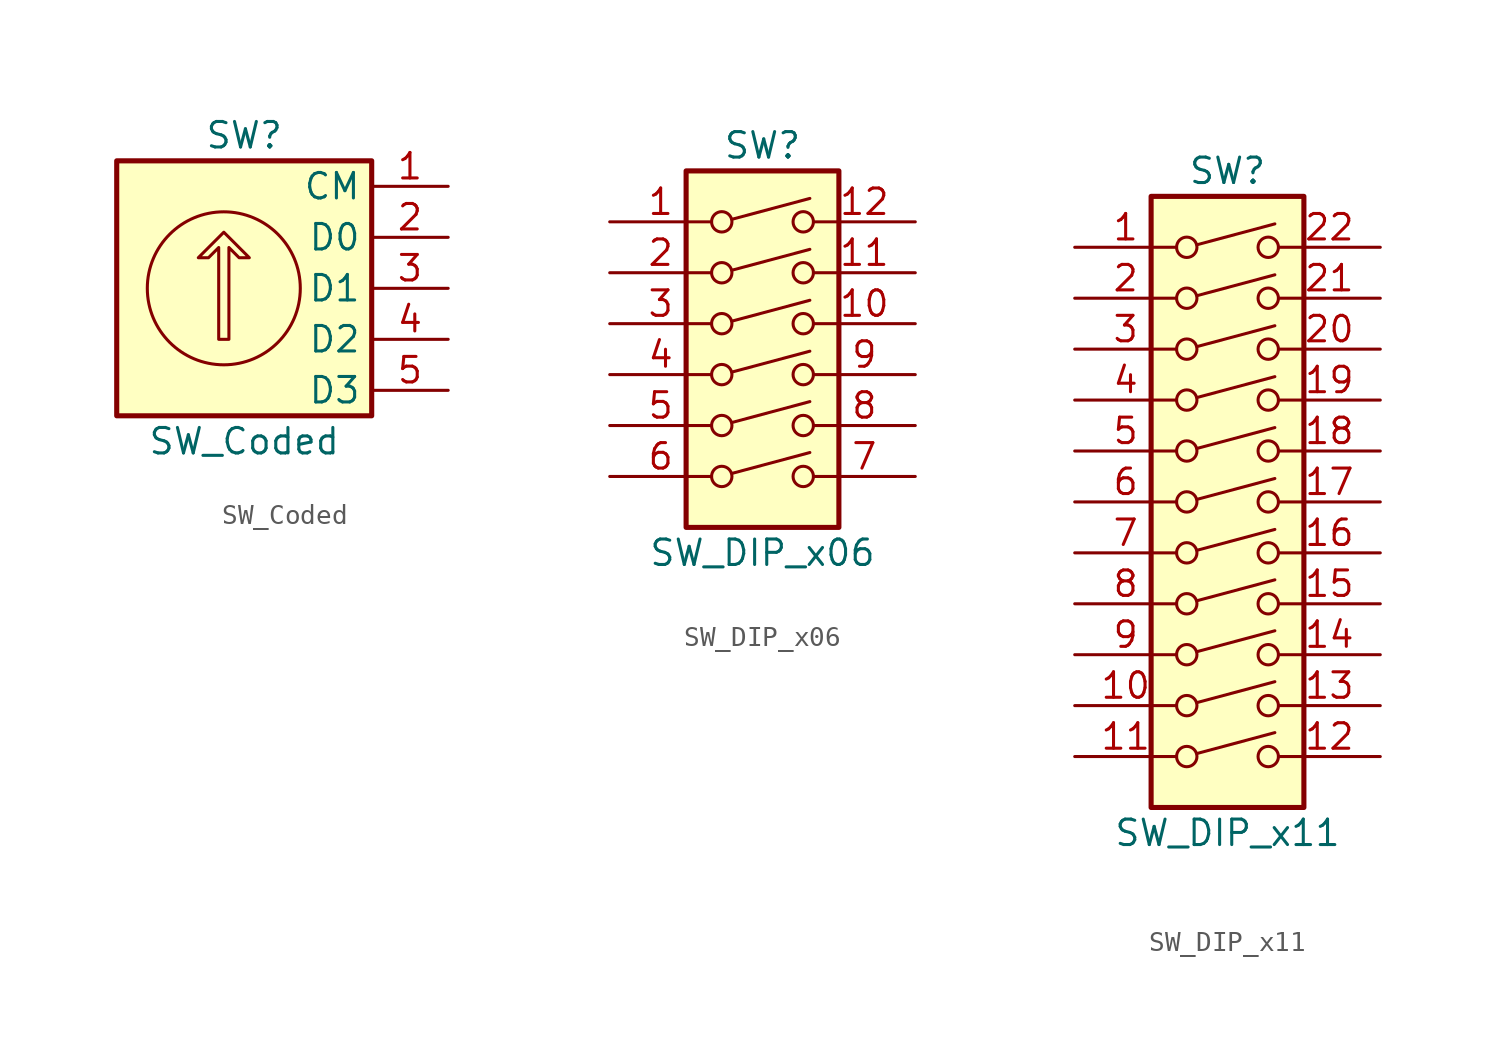
<source format=kicad_sym>
(kicad_symbol_lib
  (version 20231120)
  (generator "kicad_symbol_editor")
  (generator_version "8.0")
  (symbol "SW_Coded"
    (property "Reference" "SW"
      (at 0 7.62 0)
      (effects (font (size 1.27 1.27))))
    (property "Value" "SW_Coded"
      (at 0 -7.62 0)
      (effects (font (size 1.27 1.27))))
    (symbol "SW_Coded_0_1"
      (rectangle (start -6.35 6.35) (end 6.35 -6.35) (stroke (width 0.254) (type default)) (fill (type background)))
      (circle (center -1.016 0) (radius 3.81) (stroke (width 0) (type default)) (fill (type none)))
      (polyline (pts (xy -1.27 -2.54) (xy -1.27 2.032) (xy -1.778 1.524) (xy -2.286 1.524) (xy -1.016 2.794) (xy 0.254 1.524) (xy -0.254 1.524) (xy -0.762 2.032) (xy -0.762 -2.54) (xy -1.27 -2.54) (xy -1.27 -2.54)) (stroke (width 0) (type default)) (fill (type none))))
    (symbol "SW_Coded_1_1"
      (pin passive line (at 10.16 5.08 180) (length 3.81) (name "CM" (effects (font (size 1.27 1.27)))) (number "1" (effects (font (size 1.27 1.27)))))
      (pin passive line (at 10.16 2.54 180) (length 3.81) (name "D0" (effects (font (size 1.27 1.27)))) (number "2" (effects (font (size 1.27 1.27)))))
      (pin passive line (at 10.16 0 180) (length 3.81) (name "D1" (effects (font (size 1.27 1.27)))) (number "3" (effects (font (size 1.27 1.27)))))
      (pin passive line (at 10.16 -2.54 180) (length 3.81) (name "D2" (effects (font (size 1.27 1.27)))) (number "4" (effects (font (size 1.27 1.27)))))
      (pin passive line (at 10.16 -5.08 180) (length 3.81) (name "D3" (effects (font (size 1.27 1.27)))) (number "5" (effects (font (size 1.27 1.27)))))))
  (symbol "SW_DIP_x06"
    (pin_names
      (offset 0) hide)
    (property "Reference" "SW"
      (at 0 11.43 0)
      (effects (font (size 1.27 1.27))))
    (property "Value" "SW_DIP_x06"
      (at 0 -8.89 0)
      (effects (font (size 1.27 1.27))))
    (symbol "SW_DIP_x06_0_0"
      (circle (center -2.032 -5.08) (radius 0.508) (stroke (width 0) (type default)) (fill (type none)))
      (circle (center -2.032 -2.54) (radius 0.508) (stroke (width 0) (type default)) (fill (type none)))
      (circle (center -2.032 0) (radius 0.508) (stroke (width 0) (type default)) (fill (type none)))
      (circle (center -2.032 2.54) (radius 0.508) (stroke (width 0) (type default)) (fill (type none)))
      (circle (center -2.032 5.08) (radius 0.508) (stroke (width 0) (type default)) (fill (type none)))
      (circle (center -2.032 7.62) (radius 0.508) (stroke (width 0) (type default)) (fill (type none)))
      (polyline (pts (xy -1.524 -4.928) (xy 2.362 -3.886)) (stroke (width 0) (type default)) (fill (type none)))
      (polyline (pts (xy -1.524 -2.388) (xy 2.362 -1.346)) (stroke (width 0) (type default)) (fill (type none)))
      (polyline (pts (xy -1.524 0.127) (xy 2.362 1.168)) (stroke (width 0) (type default)) (fill (type none)))
      (polyline (pts (xy -1.524 2.667) (xy 2.362 3.708)) (stroke (width 0) (type default)) (fill (type none)))
      (polyline (pts (xy -1.524 5.207) (xy 2.362 6.248)) (stroke (width 0) (type default)) (fill (type none)))
      (polyline (pts (xy -1.524 7.747) (xy 2.362 8.788)) (stroke (width 0) (type default)) (fill (type none)))
      (circle (center 2.032 -5.08) (radius 0.508) (stroke (width 0) (type default)) (fill (type none)))
      (circle (center 2.032 -2.54) (radius 0.508) (stroke (width 0) (type default)) (fill (type none)))
      (circle (center 2.032 0) (radius 0.508) (stroke (width 0) (type default)) (fill (type none)))
      (circle (center 2.032 2.54) (radius 0.508) (stroke (width 0) (type default)) (fill (type none)))
      (circle (center 2.032 5.08) (radius 0.508) (stroke (width 0) (type default)) (fill (type none)))
      (circle (center 2.032 7.62) (radius 0.508) (stroke (width 0) (type default)) (fill (type none))))
    (symbol "SW_DIP_x06_0_1"
      (rectangle (start -3.81 10.16) (end 3.81 -7.62) (stroke (width 0.254) (type default)) (fill (type background))))
    (symbol "SW_DIP_x06_1_1"
      (pin passive line (at -7.62 7.62 0) (length 5.08) (name "~" (effects (font (size 1.27 1.27)))) (number "1" (effects (font (size 1.27 1.27)))))
      (pin passive line (at 7.62 2.54 180) (length 5.08) (name "~" (effects (font (size 1.27 1.27)))) (number "10" (effects (font (size 1.27 1.27)))))
      (pin passive line (at 7.62 5.08 180) (length 5.08) (name "~" (effects (font (size 1.27 1.27)))) (number "11" (effects (font (size 1.27 1.27)))))
      (pin passive line (at 7.62 7.62 180) (length 5.08) (name "~" (effects (font (size 1.27 1.27)))) (number "12" (effects (font (size 1.27 1.27)))))
      (pin passive line (at -7.62 5.08 0) (length 5.08) (name "~" (effects (font (size 1.27 1.27)))) (number "2" (effects (font (size 1.27 1.27)))))
      (pin passive line (at -7.62 2.54 0) (length 5.08) (name "~" (effects (font (size 1.27 1.27)))) (number "3" (effects (font (size 1.27 1.27)))))
      (pin passive line (at -7.62 0 0) (length 5.08) (name "~" (effects (font (size 1.27 1.27)))) (number "4" (effects (font (size 1.27 1.27)))))
      (pin passive line (at -7.62 -2.54 0) (length 5.08) (name "~" (effects (font (size 1.27 1.27)))) (number "5" (effects (font (size 1.27 1.27)))))
      (pin passive line (at -7.62 -5.08 0) (length 5.08) (name "~" (effects (font (size 1.27 1.27)))) (number "6" (effects (font (size 1.27 1.27)))))
      (pin passive line (at 7.62 -5.08 180) (length 5.08) (name "~" (effects (font (size 1.27 1.27)))) (number "7" (effects (font (size 1.27 1.27)))))
      (pin passive line (at 7.62 -2.54 180) (length 5.08) (name "~" (effects (font (size 1.27 1.27)))) (number "8" (effects (font (size 1.27 1.27)))))
      (pin passive line (at 7.62 0 180) (length 5.08) (name "~" (effects (font (size 1.27 1.27)))) (number "9" (effects (font (size 1.27 1.27)))))))
  (symbol "SW_DIP_x11"
    (pin_names
      (offset 0) hide)
    (property "Reference" "SW"
      (at 0 16.51 0)
      (effects (font (size 1.27 1.27))))
    (property "Value" "SW_DIP_x11"
      (at 0 -16.51 0)
      (effects (font (size 1.27 1.27))))
    (symbol "SW_DIP_x11_0_0"
      (circle (center -2.032 -12.7) (radius 0.508) (stroke (width 0) (type default)) (fill (type none)))
      (circle (center -2.032 -10.16) (radius 0.508) (stroke (width 0) (type default)) (fill (type none)))
      (circle (center -2.032 -7.62) (radius 0.508) (stroke (width 0) (type default)) (fill (type none)))
      (circle (center -2.032 -5.08) (radius 0.508) (stroke (width 0) (type default)) (fill (type none)))
      (circle (center -2.032 -2.54) (radius 0.508) (stroke (width 0) (type default)) (fill (type none)))
      (circle (center -2.032 0) (radius 0.508) (stroke (width 0) (type default)) (fill (type none)))
      (circle (center -2.032 2.54) (radius 0.508) (stroke (width 0) (type default)) (fill (type none)))
      (circle (center -2.032 5.08) (radius 0.508) (stroke (width 0) (type default)) (fill (type none)))
      (circle (center -2.032 7.62) (radius 0.508) (stroke (width 0) (type default)) (fill (type none)))
      (circle (center -2.032 10.16) (radius 0.508) (stroke (width 0) (type default)) (fill (type none)))
      (circle (center -2.032 12.7) (radius 0.508) (stroke (width 0) (type default)) (fill (type none)))
      (polyline (pts (xy -1.524 -12.548) (xy 2.362 -11.506)) (stroke (width 0) (type default)) (fill (type none)))
      (polyline (pts (xy -1.524 -10.008) (xy 2.362 -8.966)) (stroke (width 0) (type default)) (fill (type none)))
      (polyline (pts (xy -1.524 -7.468) (xy 2.362 -6.426)) (stroke (width 0) (type default)) (fill (type none)))
      (polyline (pts (xy -1.524 -4.928) (xy 2.362 -3.886)) (stroke (width 0) (type default)) (fill (type none)))
      (polyline (pts (xy -1.524 -2.413) (xy 2.362 -1.372)) (stroke (width 0) (type default)) (fill (type none)))
      (polyline (pts (xy -1.524 0.127) (xy 2.362 1.168)) (stroke (width 0) (type default)) (fill (type none)))
      (polyline (pts (xy -1.524 2.667) (xy 2.362 3.708)) (stroke (width 0) (type default)) (fill (type none)))
      (polyline (pts (xy -1.524 5.207) (xy 2.362 6.248)) (stroke (width 0) (type default)) (fill (type none)))
      (polyline (pts (xy -1.524 7.747) (xy 2.362 8.788)) (stroke (width 0) (type default)) (fill (type none)))
      (polyline (pts (xy -1.524 10.287) (xy 2.362 11.328)) (stroke (width 0) (type default)) (fill (type none)))
      (polyline (pts (xy -1.524 12.827) (xy 2.362 13.868)) (stroke (width 0) (type default)) (fill (type none)))
      (circle (center 2.032 -12.7) (radius 0.508) (stroke (width 0) (type default)) (fill (type none)))
      (circle (center 2.032 -10.16) (radius 0.508) (stroke (width 0) (type default)) (fill (type none)))
      (circle (center 2.032 -7.62) (radius 0.508) (stroke (width 0) (type default)) (fill (type none)))
      (circle (center 2.032 -5.08) (radius 0.508) (stroke (width 0) (type default)) (fill (type none)))
      (circle (center 2.032 -2.54) (radius 0.508) (stroke (width 0) (type default)) (fill (type none)))
      (circle (center 2.032 0) (radius 0.508) (stroke (width 0) (type default)) (fill (type none)))
      (circle (center 2.032 2.54) (radius 0.508) (stroke (width 0) (type default)) (fill (type none)))
      (circle (center 2.032 5.08) (radius 0.508) (stroke (width 0) (type default)) (fill (type none)))
      (circle (center 2.032 7.62) (radius 0.508) (stroke (width 0) (type default)) (fill (type none)))
      (circle (center 2.032 10.16) (radius 0.508) (stroke (width 0) (type default)) (fill (type none)))
      (circle (center 2.032 12.7) (radius 0.508) (stroke (width 0) (type default)) (fill (type none))))
    (symbol "SW_DIP_x11_0_1"
      (rectangle (start -3.81 15.24) (end 3.81 -15.24) (stroke (width 0.254) (type default)) (fill (type background))))
    (symbol "SW_DIP_x11_1_1"
      (pin passive line (at -7.62 12.7 0) (length 5.08) (name "~" (effects (font (size 1.27 1.27)))) (number "1" (effects (font (size 1.27 1.27)))))
      (pin passive line (at -7.62 -10.16 0) (length 5.08) (name "~" (effects (font (size 1.27 1.27)))) (number "10" (effects (font (size 1.27 1.27)))))
      (pin passive line (at -7.62 -12.7 0) (length 5.08) (name "~" (effects (font (size 1.27 1.27)))) (number "11" (effects (font (size 1.27 1.27)))))
      (pin passive line (at 7.62 -12.7 180) (length 5.08) (name "~" (effects (font (size 1.27 1.27)))) (number "12" (effects (font (size 1.27 1.27)))))
      (pin passive line (at 7.62 -10.16 180) (length 5.08) (name "~" (effects (font (size 1.27 1.27)))) (number "13" (effects (font (size 1.27 1.27)))))
      (pin passive line (at 7.62 -7.62 180) (length 5.08) (name "~" (effects (font (size 1.27 1.27)))) (number "14" (effects (font (size 1.27 1.27)))))
      (pin passive line (at 7.62 -5.08 180) (length 5.08) (name "~" (effects (font (size 1.27 1.27)))) (number "15" (effects (font (size 1.27 1.27)))))
      (pin passive line (at 7.62 -2.54 180) (length 5.08) (name "~" (effects (font (size 1.27 1.27)))) (number "16" (effects (font (size 1.27 1.27)))))
      (pin passive line (at 7.62 0 180) (length 5.08) (name "~" (effects (font (size 1.27 1.27)))) (number "17" (effects (font (size 1.27 1.27)))))
      (pin passive line (at 7.62 2.54 180) (length 5.08) (name "~" (effects (font (size 1.27 1.27)))) (number "18" (effects (font (size 1.27 1.27)))))
      (pin passive line (at 7.62 5.08 180) (length 5.08) (name "~" (effects (font (size 1.27 1.27)))) (number "19" (effects (font (size 1.27 1.27)))))
      (pin passive line (at -7.62 10.16 0) (length 5.08) (name "~" (effects (font (size 1.27 1.27)))) (number "2" (effects (font (size 1.27 1.27)))))
      (pin passive line (at 7.62 7.62 180) (length 5.08) (name "~" (effects (font (size 1.27 1.27)))) (number "20" (effects (font (size 1.27 1.27)))))
      (pin passive line (at 7.62 10.16 180) (length 5.08) (name "~" (effects (font (size 1.27 1.27)))) (number "21" (effects (font (size 1.27 1.27)))))
      (pin passive line (at 7.62 12.7 180) (length 5.08) (name "~" (effects (font (size 1.27 1.27)))) (number "22" (effects (font (size 1.27 1.27)))))
      (pin passive line (at -7.62 7.62 0) (length 5.08) (name "~" (effects (font (size 1.27 1.27)))) (number "3" (effects (font (size 1.27 1.27)))))
      (pin passive line (at -7.62 5.08 0) (length 5.08) (name "~" (effects (font (size 1.27 1.27)))) (number "4" (effects (font (size 1.27 1.27)))))
      (pin passive line (at -7.62 2.54 0) (length 5.08) (name "~" (effects (font (size 1.27 1.27)))) (number "5" (effects (font (size 1.27 1.27)))))
      (pin passive line (at -7.62 0 0) (length 5.08) (name "~" (effects (font (size 1.27 1.27)))) (number "6" (effects (font (size 1.27 1.27)))))
      (pin passive line (at -7.62 -2.54 0) (length 5.08) (name "~" (effects (font (size 1.27 1.27)))) (number "7" (effects (font (size 1.27 1.27)))))
      (pin passive line (at -7.62 -5.08 0) (length 5.08) (name "~" (effects (font (size 1.27 1.27)))) (number "8" (effects (font (size 1.27 1.27)))))
      (pin passive line (at -7.62 -7.62 0) (length 5.08) (name "~" (effects (font (size 1.27 1.27)))) (number "9" (effects (font (size 1.27 1.27))))))))
</source>
